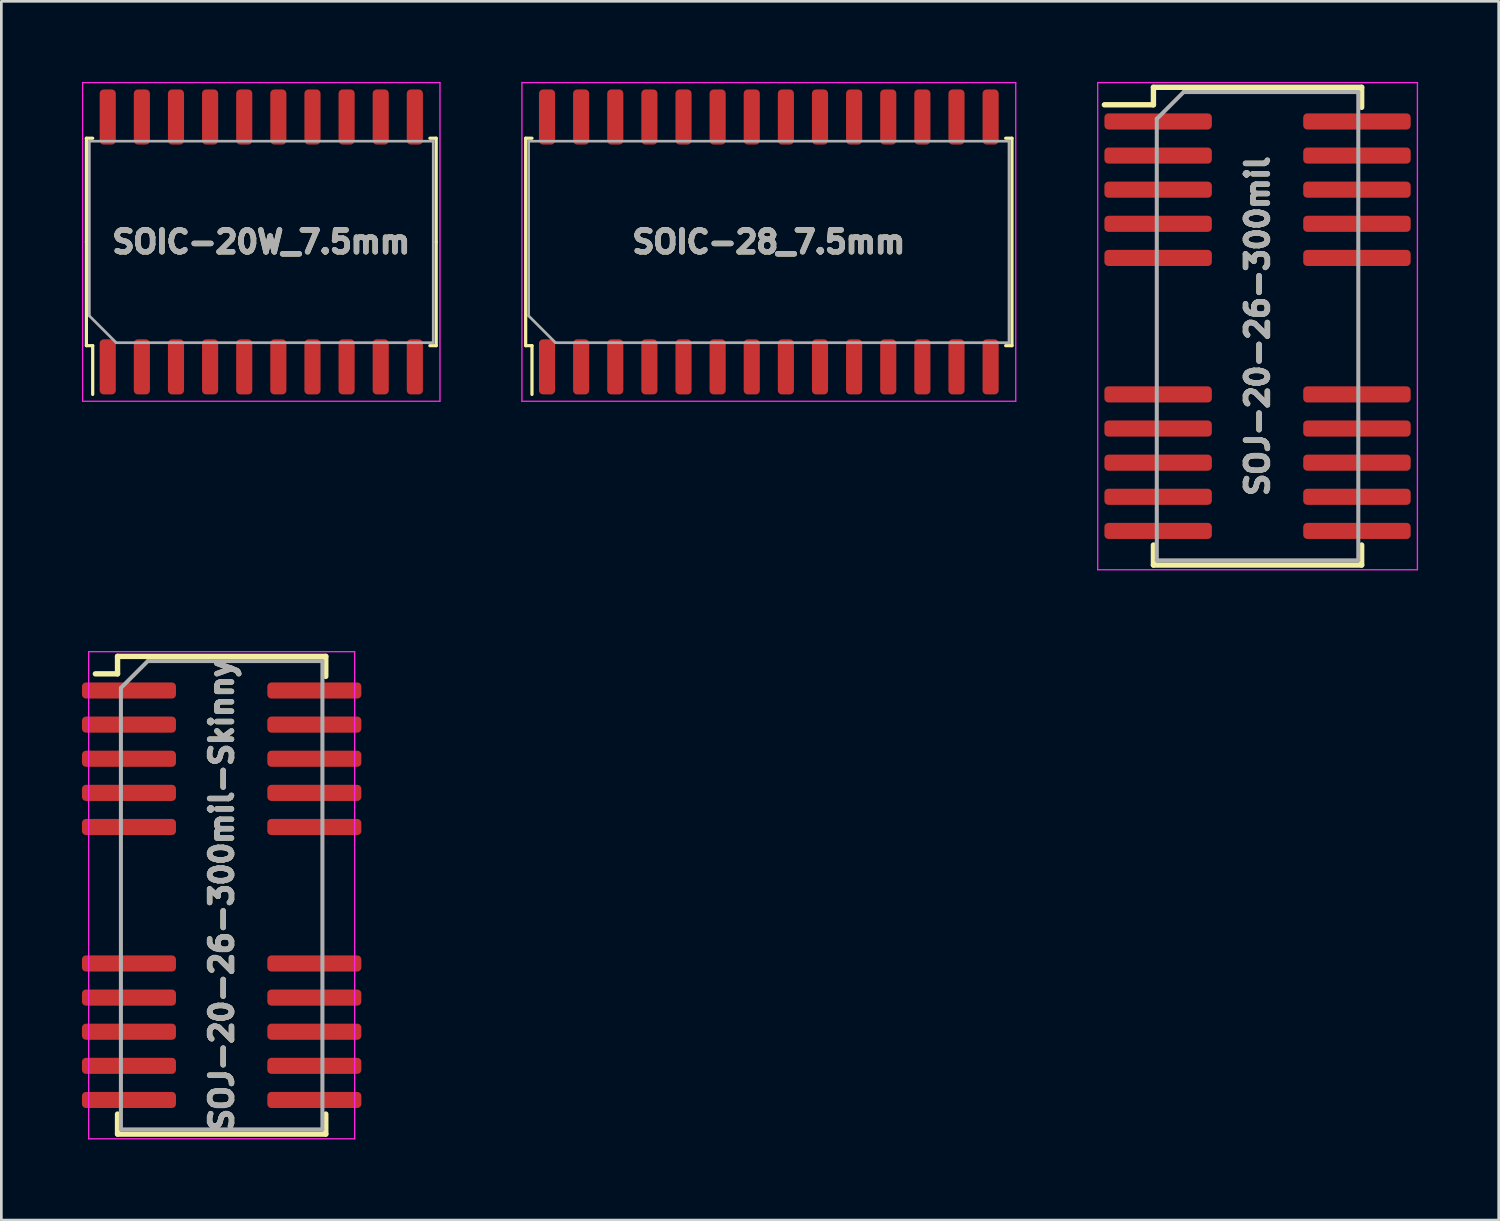
<source format=kicad_pcb>
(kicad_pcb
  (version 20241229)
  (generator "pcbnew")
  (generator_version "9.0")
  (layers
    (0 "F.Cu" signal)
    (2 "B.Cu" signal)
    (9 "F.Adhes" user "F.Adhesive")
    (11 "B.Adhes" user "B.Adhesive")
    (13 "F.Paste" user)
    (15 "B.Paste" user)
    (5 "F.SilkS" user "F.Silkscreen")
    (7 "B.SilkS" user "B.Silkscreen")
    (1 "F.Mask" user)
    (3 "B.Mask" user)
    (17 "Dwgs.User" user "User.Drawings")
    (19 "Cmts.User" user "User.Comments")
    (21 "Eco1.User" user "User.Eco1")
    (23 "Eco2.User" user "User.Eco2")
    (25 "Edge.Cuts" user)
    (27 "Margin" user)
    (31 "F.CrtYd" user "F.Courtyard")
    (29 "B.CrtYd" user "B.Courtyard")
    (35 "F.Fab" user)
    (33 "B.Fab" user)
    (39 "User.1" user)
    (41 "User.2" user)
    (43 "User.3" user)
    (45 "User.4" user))
  (footprint "SOIC-28_7.5mm"
    (layer "F.Cu")
    (at 25.565 5.955)
    (property "Reference" "SOIC-28_7.5mm" (at 0 0 180) (layer "F.Fab") (effects (font (size 0.813 0.813) (thickness 0.203))))
    (attr smd)
    (fp_line (start -9.05 -3.86) (end -8.815 -3.86) (stroke (width 0.12) (type solid)) (layer "F.SilkS"))
    (fp_line (start -9.05 3.86) (end -9.05 -3.86) (stroke (width 0.12) (type solid)) (layer "F.SilkS"))
    (fp_line (start -9.05 3.86) (end -8.815 3.86) (stroke (width 0.12) (type solid)) (layer "F.SilkS"))
    (fp_line (start -8.815 3.86) (end -8.815 5.675) (stroke (width 0.12) (type solid)) (layer "F.SilkS"))
    (fp_line (start 9.05 -3.86) (end 8.815 -3.86) (stroke (width 0.12) (type solid)) (layer "F.SilkS"))
    (fp_line (start 9.05 3.86) (end 8.815 3.86) (stroke (width 0.12) (type solid)) (layer "F.SilkS"))
    (fp_line (start 9.05 3.86) (end 9.05 -3.86) (stroke (width 0.12) (type solid)) (layer "F.SilkS"))
    (fp_line (start -9.19 -5.93) (end -9.19 5.93) (stroke (width 0.05) (type solid)) (layer "F.CrtYd"))
    (fp_line (start -9.19 5.93) (end 9.19 5.93) (stroke (width 0.05) (type solid)) (layer "F.CrtYd"))
    (fp_line (start 9.19 -5.93) (end -9.19 -5.93) (stroke (width 0.05) (type solid)) (layer "F.CrtYd"))
    (fp_line (start 9.19 5.93) (end 9.19 -5.93) (stroke (width 0.05) (type solid)) (layer "F.CrtYd"))
    (fp_line (start -8.94 -3.75) (end 8.94 -3.75) (stroke (width 0.1) (type solid)) (layer "F.Fab"))
    (fp_line (start -8.94 2.75) (end -8.94 -3.75) (stroke (width 0.1) (type solid)) (layer "F.Fab"))
    (fp_line (start -7.94 3.75) (end -8.94 2.75) (stroke (width 0.1) (type solid)) (layer "F.Fab"))
    (fp_line (start 8.94 -3.75) (end 8.94 3.75) (stroke (width 0.1) (type solid)) (layer "F.Fab"))
    (fp_line (start 8.94 3.75) (end -7.94 3.75) (stroke (width 0.1) (type solid)) (layer "F.Fab"))
    (fp_text user "${REFERENCE}" (at 0 0 180) (layer "F.SilkS") (effects (font (size 0.813 0.813) (thickness 0.203))))
    (pad "1" smd roundrect (at -8.255 4.65 90) (size 2.05 0.6) (layers "F.Cu" "F.Mask" "F.Paste") (roundrect_rratio 0.25))
    (pad "2" smd roundrect (at -6.985 4.65 90) (size 2.05 0.6) (layers "F.Cu" "F.Mask" "F.Paste") (roundrect_rratio 0.25))
    (pad "3" smd roundrect (at -5.715 4.65 90) (size 2.05 0.6) (layers "F.Cu" "F.Mask" "F.Paste") (roundrect_rratio 0.25))
    (pad "4" smd roundrect (at -4.445 4.65 90) (size 2.05 0.6) (layers "F.Cu" "F.Mask" "F.Paste") (roundrect_rratio 0.25))
    (pad "5" smd roundrect (at -3.175 4.65 90) (size 2.05 0.6) (layers "F.Cu" "F.Mask" "F.Paste") (roundrect_rratio 0.25))
    (pad "6" smd roundrect (at -1.905 4.65 90) (size 2.05 0.6) (layers "F.Cu" "F.Mask" "F.Paste") (roundrect_rratio 0.25))
    (pad "7" smd roundrect (at -0.635 4.65 90) (size 2.05 0.6) (layers "F.Cu" "F.Mask" "F.Paste") (roundrect_rratio 0.25))
    (pad "8" smd roundrect (at 0.635 4.65 90) (size 2.05 0.6) (layers "F.Cu" "F.Mask" "F.Paste") (roundrect_rratio 0.25))
    (pad "9" smd roundrect (at 1.905 4.65 90) (size 2.05 0.6) (layers "F.Cu" "F.Mask" "F.Paste") (roundrect_rratio 0.25))
    (pad "10" smd roundrect (at 3.175 4.65 90) (size 2.05 0.6) (layers "F.Cu" "F.Mask" "F.Paste") (roundrect_rratio 0.25))
    (pad "11" smd roundrect (at 4.445 4.65 270) (size 2.05 0.6) (layers "F.Cu" "F.Mask" "F.Paste") (roundrect_rratio 0.25))
    (pad "12" smd roundrect (at 5.715 4.65 270) (size 2.05 0.6) (layers "F.Cu" "F.Mask" "F.Paste") (roundrect_rratio 0.25))
    (pad "13" smd roundrect (at 6.985 4.65 270) (size 2.05 0.6) (layers "F.Cu" "F.Mask" "F.Paste") (roundrect_rratio 0.25))
    (pad "14" smd roundrect (at 8.255 4.65 270) (size 2.05 0.6) (layers "F.Cu" "F.Mask" "F.Paste") (roundrect_rratio 0.25))
    (pad "15" smd roundrect (at 8.255 -4.65 90) (size 2.05 0.6) (layers "F.Cu" "F.Mask" "F.Paste") (roundrect_rratio 0.25))
    (pad "16" smd roundrect (at 6.985 -4.65 90) (size 2.05 0.6) (layers "F.Cu" "F.Mask" "F.Paste") (roundrect_rratio 0.25))
    (pad "17" smd roundrect (at 5.715 -4.65 90) (size 2.05 0.6) (layers "F.Cu" "F.Mask" "F.Paste") (roundrect_rratio 0.25))
    (pad "18" smd roundrect (at 4.445 -4.65 90) (size 2.05 0.6) (layers "F.Cu" "F.Mask" "F.Paste") (roundrect_rratio 0.25))
    (pad "19" smd roundrect (at 3.175 -4.65 90) (size 2.05 0.6) (layers "F.Cu" "F.Mask" "F.Paste") (roundrect_rratio 0.25))
    (pad "20" smd roundrect (at 1.905 -4.65 90) (size 2.05 0.6) (layers "F.Cu" "F.Mask" "F.Paste") (roundrect_rratio 0.25))
    (pad "21" smd roundrect (at 0.635 -4.65 90) (size 2.05 0.6) (layers "F.Cu" "F.Mask" "F.Paste") (roundrect_rratio 0.25))
    (pad "22" smd roundrect (at -0.635 -4.65 90) (size 2.05 0.6) (layers "F.Cu" "F.Mask" "F.Paste") (roundrect_rratio 0.25))
    (pad "23" smd roundrect (at -1.905 -4.65 90) (size 2.05 0.6) (layers "F.Cu" "F.Mask" "F.Paste") (roundrect_rratio 0.25))
    (pad "24" smd roundrect (at -3.175 -4.65 90) (size 2.05 0.6) (layers "F.Cu" "F.Mask" "F.Paste") (roundrect_rratio 0.25))
    (pad "25" smd roundrect (at -4.445 -4.65 90) (size 2.05 0.6) (layers "F.Cu" "F.Mask" "F.Paste") (roundrect_rratio 0.25))
    (pad "26" smd roundrect (at -5.715 -4.65 90) (size 2.05 0.6) (layers "F.Cu" "F.Mask" "F.Paste") (roundrect_rratio 0.25))
    (pad "27" smd roundrect (at -6.985 -4.65 90) (size 2.05 0.6) (layers "F.Cu" "F.Mask" "F.Paste") (roundrect_rratio 0.25))
    (pad "28" smd roundrect (at -8.255 -4.65 90) (size 2.05 0.6) (layers "F.Cu" "F.Mask" "F.Paste") (roundrect_rratio 0.25)))
  (footprint "SOJ-20-26-300mil-Skinny"
    (layer "F.Cu")
    (at 5.2 30.27)
    (property "Reference" "SOJ-20-26-300mil-Skinny" (at 0 0 90) (layer "F.Fab") (effects (font (size 0.813 0.813) (thickness 0.203))))
    (attr smd)
    (fp_line (start -3.875 -8.89) (end -3.875 -8.24) (stroke (width 0.2) (type solid)) (layer "F.SilkS"))
    (fp_line (start -3.875 -8.89) (end 3.875 -8.89) (stroke (width 0.2) (type solid)) (layer "F.SilkS"))
    (fp_line (start -3.875 -8.24) (end -4.7 -8.24) (stroke (width 0.2) (type solid)) (layer "F.SilkS"))
    (fp_line (start -3.875 8.89) (end -3.875 8.145) (stroke (width 0.2) (type solid)) (layer "F.SilkS"))
    (fp_line (start -3.875 8.89) (end 3.875 8.89) (stroke (width 0.2) (type solid)) (layer "F.SilkS"))
    (fp_line (start 3.875 -8.89) (end 3.875 -8.145) (stroke (width 0.2) (type solid)) (layer "F.SilkS"))
    (fp_line (start 3.875 8.89) (end 3.875 8.145) (stroke (width 0.2) (type solid)) (layer "F.SilkS"))
    (fp_line (start -4.95 -9.065) (end -4.95 9.065) (stroke (width 0.05) (type solid)) (layer "F.CrtYd"))
    (fp_line (start -4.95 -9.065) (end 4.95 -9.065) (stroke (width 0.05) (type solid)) (layer "F.CrtYd"))
    (fp_line (start -4.95 9.065) (end 4.95 9.065) (stroke (width 0.05) (type solid)) (layer "F.CrtYd"))
    (fp_line (start 4.95 -9.065) (end 4.95 9.065) (stroke (width 0.05) (type solid)) (layer "F.CrtYd"))
    (fp_line (start -3.75 -7.715) (end -2.75 -8.715) (stroke (width 0.15) (type solid)) (layer "F.Fab"))
    (fp_line (start -3.75 8.715) (end -3.75 -7.715) (stroke (width 0.15) (type solid)) (layer "F.Fab"))
    (fp_line (start -2.75 -8.715) (end 3.75 -8.715) (stroke (width 0.15) (type solid)) (layer "F.Fab"))
    (fp_line (start 3.75 -8.715) (end 3.75 8.715) (stroke (width 0.15) (type solid)) (layer "F.Fab"))
    (fp_line (start 3.75 8.715) (end -3.75 8.715) (stroke (width 0.15) (type solid)) (layer "F.Fab"))
    (fp_text user "${REFERENCE}" (at 0 0 90) (layer "F.SilkS") (effects (font (size 0.813 0.813) (thickness 0.203))))
    (pad "1" smd roundrect (at -3.45 -7.62) (size 3.5 0.6) (layers "F.Cu" "F.Mask" "F.Paste") (roundrect_rratio 0.25))
    (pad "2" smd roundrect (at -3.45 -6.35) (size 3.5 0.6) (layers "F.Cu" "F.Mask" "F.Paste") (roundrect_rratio 0.25))
    (pad "3" smd roundrect (at -3.45 -5.08) (size 3.5 0.6) (layers "F.Cu" "F.Mask" "F.Paste") (roundrect_rratio 0.25))
    (pad "4" smd roundrect (at -3.45 -3.81) (size 3.5 0.6) (layers "F.Cu" "F.Mask" "F.Paste") (roundrect_rratio 0.25))
    (pad "5" smd roundrect (at -3.45 -2.54) (size 3.5 0.6) (layers "F.Cu" "F.Mask" "F.Paste") (roundrect_rratio 0.25))
    (pad "9" smd roundrect (at -3.45 2.54) (size 3.5 0.6) (layers "F.Cu" "F.Mask" "F.Paste") (roundrect_rratio 0.25))
    (pad "10" smd roundrect (at -3.45 3.81) (size 3.5 0.6) (layers "F.Cu" "F.Mask" "F.Paste") (roundrect_rratio 0.25))
    (pad "11" smd roundrect (at -3.45 5.08) (size 3.5 0.6) (layers "F.Cu" "F.Mask" "F.Paste") (roundrect_rratio 0.25))
    (pad "12" smd roundrect (at -3.45 6.35) (size 3.5 0.6) (layers "F.Cu" "F.Mask" "F.Paste") (roundrect_rratio 0.25))
    (pad "13" smd roundrect (at -3.45 7.62) (size 3.5 0.6) (layers "F.Cu" "F.Mask" "F.Paste") (roundrect_rratio 0.25))
    (pad "14" smd roundrect (at 3.45 7.62) (size 3.5 0.6) (layers "F.Cu" "F.Mask" "F.Paste") (roundrect_rratio 0.25))
    (pad "15" smd roundrect (at 3.45 6.35) (size 3.5 0.6) (layers "F.Cu" "F.Mask" "F.Paste") (roundrect_rratio 0.25))
    (pad "16" smd roundrect (at 3.45 5.08) (size 3.5 0.6) (layers "F.Cu" "F.Mask" "F.Paste") (roundrect_rratio 0.25))
    (pad "17" smd roundrect (at 3.45 3.81) (size 3.5 0.6) (layers "F.Cu" "F.Mask" "F.Paste") (roundrect_rratio 0.25))
    (pad "18" smd roundrect (at 3.45 2.54) (size 3.5 0.6) (layers "F.Cu" "F.Mask" "F.Paste") (roundrect_rratio 0.25))
    (pad "22" smd roundrect (at 3.45 -2.54) (size 3.5 0.6) (layers "F.Cu" "F.Mask" "F.Paste") (roundrect_rratio 0.25))
    (pad "23" smd roundrect (at 3.45 -3.81) (size 3.5 0.6) (layers "F.Cu" "F.Mask" "F.Paste") (roundrect_rratio 0.25))
    (pad "24" smd roundrect (at 3.45 -5.08) (size 3.5 0.6) (layers "F.Cu" "F.Mask" "F.Paste") (roundrect_rratio 0.25))
    (pad "25" smd roundrect (at 3.45 -6.35) (size 3.5 0.6) (layers "F.Cu" "F.Mask" "F.Paste") (roundrect_rratio 0.25))
    (pad "26" smd roundrect (at 3.45 -7.62) (size 3.5 0.6) (layers "F.Cu" "F.Mask" "F.Paste") (roundrect_rratio 0.25)))
  (footprint "SOIC-20W_7.5mm"
    (layer "F.Cu")
    (at 6.675 5.955)
    (property "Reference" "SOIC-20W_7.5mm" (at 0 0 180) (layer "F.Fab") (effects (font (size 0.813 0.813) (thickness 0.203))))
    (attr smd)
    (fp_line (start -6.51 -3.86) (end -6.275 -3.86) (stroke (width 0.12) (type solid)) (layer "F.SilkS"))
    (fp_line (start -6.51 0) (end -6.51 -3.86) (stroke (width 0.12) (type solid)) (layer "F.SilkS"))
    (fp_line (start -6.51 0) (end -6.51 3.86) (stroke (width 0.12) (type solid)) (layer "F.SilkS"))
    (fp_line (start -6.51 3.86) (end -6.275 3.86) (stroke (width 0.12) (type solid)) (layer "F.SilkS"))
    (fp_line (start -6.275 3.86) (end -6.275 5.675) (stroke (width 0.12) (type solid)) (layer "F.SilkS"))
    (fp_line (start 6.51 -3.86) (end 6.275 -3.86) (stroke (width 0.12) (type solid)) (layer "F.SilkS"))
    (fp_line (start 6.51 0) (end 6.51 -3.86) (stroke (width 0.12) (type solid)) (layer "F.SilkS"))
    (fp_line (start 6.51 0) (end 6.51 3.86) (stroke (width 0.12) (type solid)) (layer "F.SilkS"))
    (fp_line (start 6.51 3.86) (end 6.275 3.86) (stroke (width 0.12) (type solid)) (layer "F.SilkS"))
    (fp_line (start -6.65 -5.93) (end -6.65 5.93) (stroke (width 0.05) (type solid)) (layer "F.CrtYd"))
    (fp_line (start -6.65 5.93) (end 6.65 5.93) (stroke (width 0.05) (type solid)) (layer "F.CrtYd"))
    (fp_line (start 6.65 -5.93) (end -6.65 -5.93) (stroke (width 0.05) (type solid)) (layer "F.CrtYd"))
    (fp_line (start 6.65 5.93) (end 6.65 -5.93) (stroke (width 0.05) (type solid)) (layer "F.CrtYd"))
    (fp_line (start -6.4 -3.75) (end 6.4 -3.75) (stroke (width 0.1) (type solid)) (layer "F.Fab"))
    (fp_line (start -6.4 2.75) (end -6.4 -3.75) (stroke (width 0.1) (type solid)) (layer "F.Fab"))
    (fp_line (start -5.4 3.75) (end -6.4 2.75) (stroke (width 0.1) (type solid)) (layer "F.Fab"))
    (fp_line (start 6.4 -3.75) (end 6.4 3.75) (stroke (width 0.1) (type solid)) (layer "F.Fab"))
    (fp_line (start 6.4 3.75) (end -5.4 3.75) (stroke (width 0.1) (type solid)) (layer "F.Fab"))
    (fp_text user "${REFERENCE}" (at 0 0 180) (layer "F.SilkS") (effects (font (size 0.813 0.813) (thickness 0.203))))
    (pad "1" smd roundrect (at -5.715 4.65 90) (size 2.05 0.6) (layers "F.Cu" "F.Mask" "F.Paste") (roundrect_rratio 0.25))
    (pad "2" smd roundrect (at -4.445 4.65 90) (size 2.05 0.6) (layers "F.Cu" "F.Mask" "F.Paste") (roundrect_rratio 0.25))
    (pad "3" smd roundrect (at -3.175 4.65 90) (size 2.05 0.6) (layers "F.Cu" "F.Mask" "F.Paste") (roundrect_rratio 0.25))
    (pad "4" smd roundrect (at -1.905 4.65 90) (size 2.05 0.6) (layers "F.Cu" "F.Mask" "F.Paste") (roundrect_rratio 0.25))
    (pad "5" smd roundrect (at -0.635 4.65 90) (size 2.05 0.6) (layers "F.Cu" "F.Mask" "F.Paste") (roundrect_rratio 0.25))
    (pad "6" smd roundrect (at 0.635 4.65 90) (size 2.05 0.6) (layers "F.Cu" "F.Mask" "F.Paste") (roundrect_rratio 0.25))
    (pad "7" smd roundrect (at 1.905 4.65 90) (size 2.05 0.6) (layers "F.Cu" "F.Mask" "F.Paste") (roundrect_rratio 0.25))
    (pad "8" smd roundrect (at 3.175 4.65 90) (size 2.05 0.6) (layers "F.Cu" "F.Mask" "F.Paste") (roundrect_rratio 0.25))
    (pad "9" smd roundrect (at 4.445 4.65 90) (size 2.05 0.6) (layers "F.Cu" "F.Mask" "F.Paste") (roundrect_rratio 0.25))
    (pad "10" smd roundrect (at 5.715 4.65 90) (size 2.05 0.6) (layers "F.Cu" "F.Mask" "F.Paste") (roundrect_rratio 0.25))
    (pad "11" smd roundrect (at 5.715 -4.65 90) (size 2.05 0.6) (layers "F.Cu" "F.Mask" "F.Paste") (roundrect_rratio 0.25))
    (pad "12" smd roundrect (at 4.445 -4.65 90) (size 2.05 0.6) (layers "F.Cu" "F.Mask" "F.Paste") (roundrect_rratio 0.25))
    (pad "13" smd roundrect (at 3.175 -4.65 90) (size 2.05 0.6) (layers "F.Cu" "F.Mask" "F.Paste") (roundrect_rratio 0.25))
    (pad "14" smd roundrect (at 1.905 -4.65 90) (size 2.05 0.6) (layers "F.Cu" "F.Mask" "F.Paste") (roundrect_rratio 0.25))
    (pad "15" smd roundrect (at 0.635 -4.65 90) (size 2.05 0.6) (layers "F.Cu" "F.Mask" "F.Paste") (roundrect_rratio 0.25))
    (pad "16" smd roundrect (at -0.635 -4.65 90) (size 2.05 0.6) (layers "F.Cu" "F.Mask" "F.Paste") (roundrect_rratio 0.25))
    (pad "17" smd roundrect (at -1.905 -4.65 90) (size 2.05 0.6) (layers "F.Cu" "F.Mask" "F.Paste") (roundrect_rratio 0.25))
    (pad "18" smd roundrect (at -3.175 -4.65 90) (size 2.05 0.6) (layers "F.Cu" "F.Mask" "F.Paste") (roundrect_rratio 0.25))
    (pad "19" smd roundrect (at -4.445 -4.65 90) (size 2.05 0.6) (layers "F.Cu" "F.Mask" "F.Paste") (roundrect_rratio 0.25))
    (pad "20" smd roundrect (at -5.715 -4.65 90) (size 2.05 0.6) (layers "F.Cu" "F.Mask" "F.Paste") (roundrect_rratio 0.25)))
  (footprint "SOJ-20-26-300mil"
    (layer "F.Cu")
    (at 43.755 9.09)
    (property "Reference" "SOJ-20-26-300mil" (at 0 0 90) (layer "F.Fab") (effects (font (size 0.813 0.813) (thickness 0.203))))
    (attr smd)
    (fp_line (start -3.875 -8.89) (end -3.875 -8.24) (stroke (width 0.2) (type solid)) (layer "F.SilkS"))
    (fp_line (start -3.875 -8.89) (end 3.875 -8.89) (stroke (width 0.2) (type solid)) (layer "F.SilkS"))
    (fp_line (start -3.875 -8.24) (end -5.7 -8.24) (stroke (width 0.2) (type solid)) (layer "F.SilkS"))
    (fp_line (start -3.875 8.89) (end -3.875 8.145) (stroke (width 0.2) (type solid)) (layer "F.SilkS"))
    (fp_line (start -3.875 8.89) (end 3.875 8.89) (stroke (width 0.2) (type solid)) (layer "F.SilkS"))
    (fp_line (start 3.875 -8.89) (end 3.875 -8.145) (stroke (width 0.2) (type solid)) (layer "F.SilkS"))
    (fp_line (start 3.875 8.89) (end 3.875 8.145) (stroke (width 0.2) (type solid)) (layer "F.SilkS"))
    (fp_line (start -5.95 -9.065) (end -5.95 9.065) (stroke (width 0.05) (type solid)) (layer "F.CrtYd"))
    (fp_line (start -5.95 -9.065) (end 5.95 -9.065) (stroke (width 0.05) (type solid)) (layer "F.CrtYd"))
    (fp_line (start -5.95 9.065) (end 5.95 9.065) (stroke (width 0.05) (type solid)) (layer "F.CrtYd"))
    (fp_line (start 5.95 -9.065) (end 5.95 9.065) (stroke (width 0.05) (type solid)) (layer "F.CrtYd"))
    (fp_line (start -3.75 -7.715) (end -2.75 -8.715) (stroke (width 0.15) (type solid)) (layer "F.Fab"))
    (fp_line (start -3.75 8.715) (end -3.75 -7.715) (stroke (width 0.15) (type solid)) (layer "F.Fab"))
    (fp_line (start -2.75 -8.715) (end 3.75 -8.715) (stroke (width 0.15) (type solid)) (layer "F.Fab"))
    (fp_line (start 3.75 -8.715) (end 3.75 8.715) (stroke (width 0.15) (type solid)) (layer "F.Fab"))
    (fp_line (start 3.75 8.715) (end -3.75 8.715) (stroke (width 0.15) (type solid)) (layer "F.Fab"))
    (fp_text user "${REFERENCE}" (at 0 0 90) (layer "F.SilkS") (effects (font (size 0.813 0.813) (thickness 0.203))))
    (pad "1" smd roundrect (at -3.7 -7.62) (size 4 0.6) (layers "F.Cu" "F.Mask" "F.Paste") (roundrect_rratio 0.25))
    (pad "2" smd roundrect (at -3.7 -6.35) (size 4 0.6) (layers "F.Cu" "F.Mask" "F.Paste") (roundrect_rratio 0.25))
    (pad "3" smd roundrect (at -3.7 -5.08) (size 4 0.6) (layers "F.Cu" "F.Mask" "F.Paste") (roundrect_rratio 0.25))
    (pad "4" smd roundrect (at -3.7 -3.81) (size 4 0.6) (layers "F.Cu" "F.Mask" "F.Paste") (roundrect_rratio 0.25))
    (pad "5" smd roundrect (at -3.7 -2.54) (size 4 0.6) (layers "F.Cu" "F.Mask" "F.Paste") (roundrect_rratio 0.25))
    (pad "9" smd roundrect (at -3.7 2.54) (size 4 0.6) (layers "F.Cu" "F.Mask" "F.Paste") (roundrect_rratio 0.25))
    (pad "10" smd roundrect (at -3.7 3.81) (size 4 0.6) (layers "F.Cu" "F.Mask" "F.Paste") (roundrect_rratio 0.25))
    (pad "11" smd roundrect (at -3.7 5.08) (size 4 0.6) (layers "F.Cu" "F.Mask" "F.Paste") (roundrect_rratio 0.25))
    (pad "12" smd roundrect (at -3.7 6.35) (size 4 0.6) (layers "F.Cu" "F.Mask" "F.Paste") (roundrect_rratio 0.25))
    (pad "13" smd roundrect (at -3.7 7.62) (size 4 0.6) (layers "F.Cu" "F.Mask" "F.Paste") (roundrect_rratio 0.25))
    (pad "14" smd roundrect (at 3.7 7.62) (size 4 0.6) (layers "F.Cu" "F.Mask" "F.Paste") (roundrect_rratio 0.25))
    (pad "15" smd roundrect (at 3.7 6.35) (size 4 0.6) (layers "F.Cu" "F.Mask" "F.Paste") (roundrect_rratio 0.25))
    (pad "16" smd roundrect (at 3.7 5.08) (size 4 0.6) (layers "F.Cu" "F.Mask" "F.Paste") (roundrect_rratio 0.25))
    (pad "17" smd roundrect (at 3.7 3.81) (size 4 0.6) (layers "F.Cu" "F.Mask" "F.Paste") (roundrect_rratio 0.25))
    (pad "18" smd roundrect (at 3.7 2.54) (size 4 0.6) (layers "F.Cu" "F.Mask" "F.Paste") (roundrect_rratio 0.25))
    (pad "22" smd roundrect (at 3.7 -2.54) (size 4 0.6) (layers "F.Cu" "F.Mask" "F.Paste") (roundrect_rratio 0.25))
    (pad "23" smd roundrect (at 3.7 -3.81) (size 4 0.6) (layers "F.Cu" "F.Mask" "F.Paste") (roundrect_rratio 0.25))
    (pad "24" smd roundrect (at 3.7 -5.08) (size 4 0.6) (layers "F.Cu" "F.Mask" "F.Paste") (roundrect_rratio 0.25))
    (pad "25" smd roundrect (at 3.7 -6.35) (size 4 0.6) (layers "F.Cu" "F.Mask" "F.Paste") (roundrect_rratio 0.25))
    (pad "26" smd roundrect (at 3.7 -7.62) (size 4 0.6) (layers "F.Cu" "F.Mask" "F.Paste") (roundrect_rratio 0.25)))
  (gr_rect
    (start -3 -3)
    (end 52.73 42.36)
    (stroke (width 0.1) (type default))
    (fill no)
    (layer "Edge.Cuts")))
</source>
